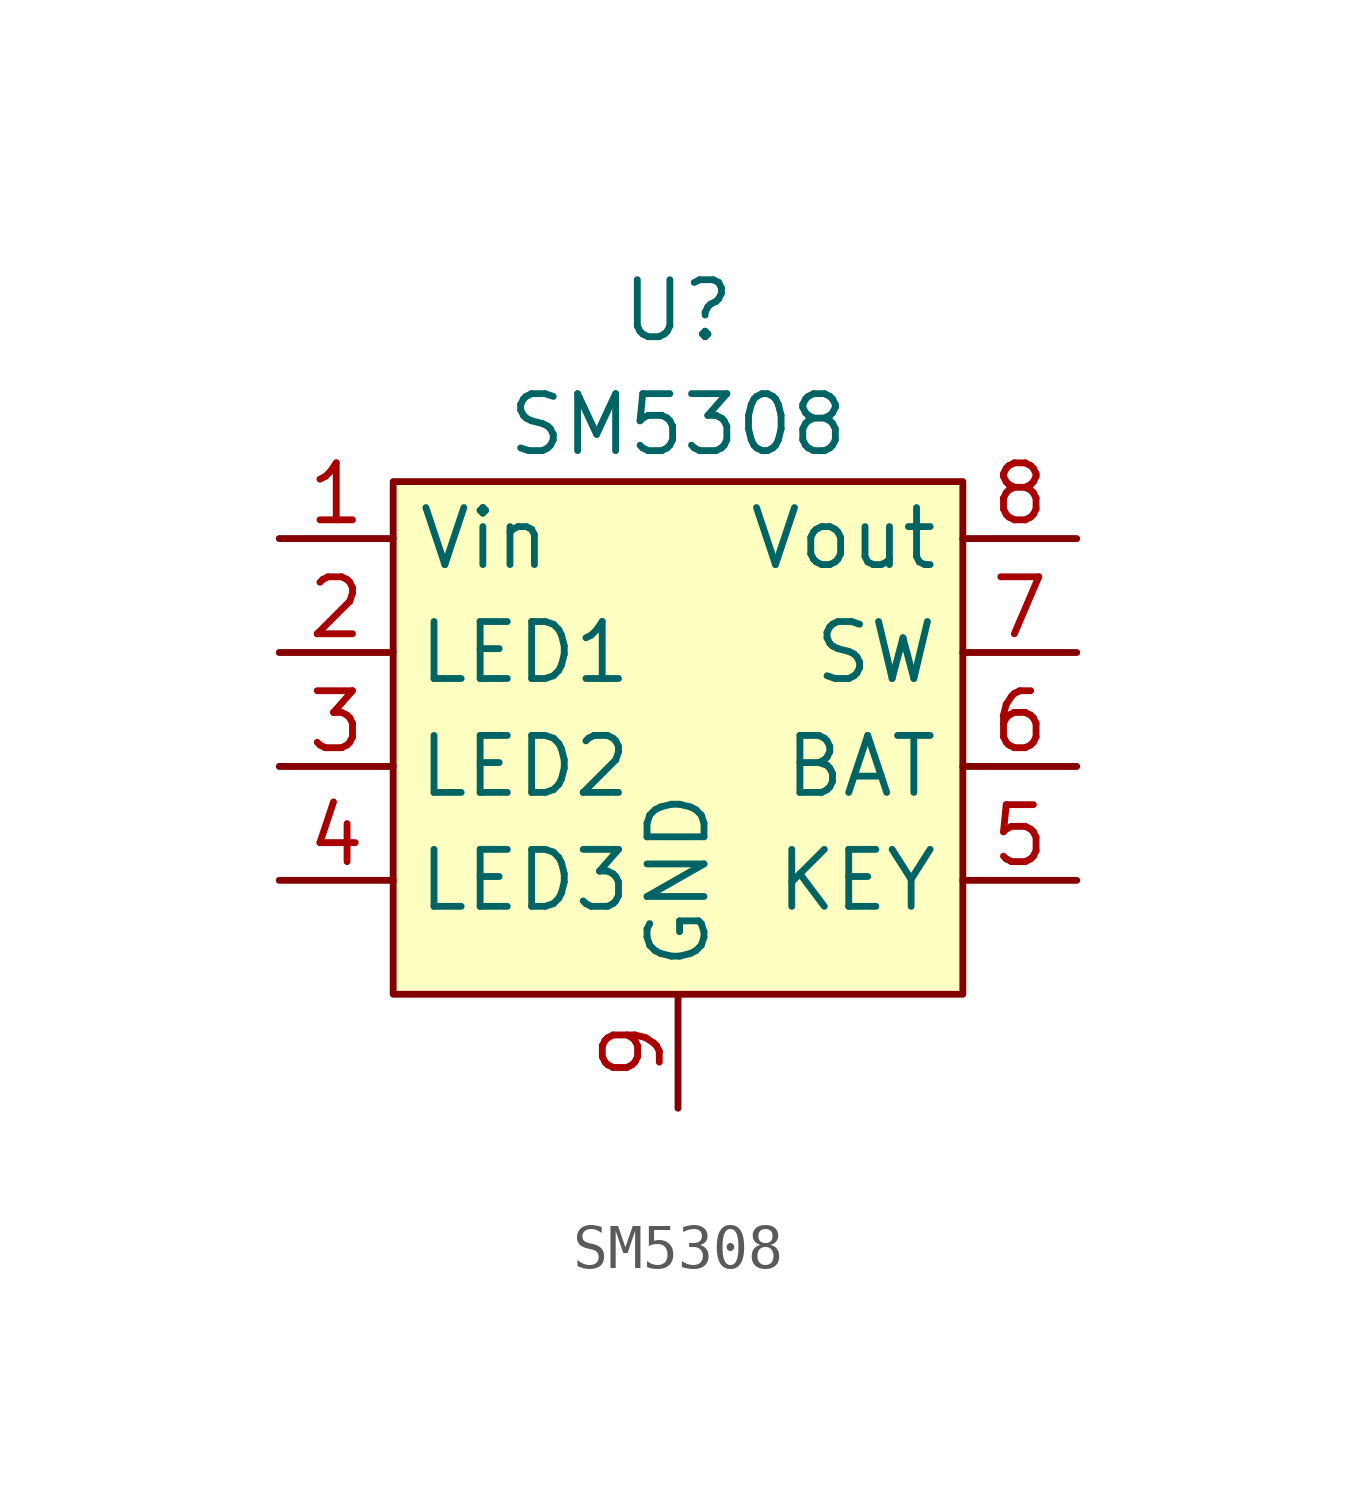
<source format=kicad_sym>
(kicad_symbol_lib
  (version 20220914)
  (generator kicad_symbol_editor)
  (symbol "SM5308"
    (property "Reference" "U"
      (at 0 8.89 0)
      (effects (font (size 1.27 1.27))))
    (property "Value" "SM5308"
      (at 0 6.35 0)
      (effects (font (size 1.27 1.27))))
    (symbol "SM5308_1_1"
      (rectangle (start -6.35 5.08) (end 6.35 -6.35) (stroke (width 0) (type default)) (fill (type background)))
      (pin power_in line (at -8.89 3.81 0) (length 2.54) (name "Vin" (effects (font (size 1.27 1.27)))) (number "1" (effects (font (size 1.27 1.27)))))
      (pin output line (at -8.89 1.27 0) (length 2.54) (name "LED1" (effects (font (size 1.27 1.27)))) (number "2" (effects (font (size 1.27 1.27)))))
      (pin output line (at -8.89 -1.27 0) (length 2.54) (name "LED2" (effects (font (size 1.27 1.27)))) (number "3" (effects (font (size 1.27 1.27)))))
      (pin output line (at -8.89 -3.81 0) (length 2.54) (name "LED3" (effects (font (size 1.27 1.27)))) (number "4" (effects (font (size 1.27 1.27)))))
      (pin input line (at 8.89 -3.81 180) (length 2.54) (name "KEY" (effects (font (size 1.27 1.27)))) (number "5" (effects (font (size 1.27 1.27)))))
      (pin power_in line (at 8.89 -1.27 180) (length 2.54) (name "BAT" (effects (font (size 1.27 1.27)))) (number "6" (effects (font (size 1.27 1.27)))))
      (pin input line (at 8.89 1.27 180) (length 2.54) (name "SW" (effects (font (size 1.27 1.27)))) (number "7" (effects (font (size 1.27 1.27)))))
      (pin power_out line (at 8.89 3.81 180) (length 2.54) (name "Vout" (effects (font (size 1.27 1.27)))) (number "8" (effects (font (size 1.27 1.27)))))
      (pin power_in line (at 0 -8.89 90) (length 2.54) (name "GND" (effects (font (size 1.27 1.27)))) (number "9" (effects (font (size 1.27 1.27))))))))
</source>
